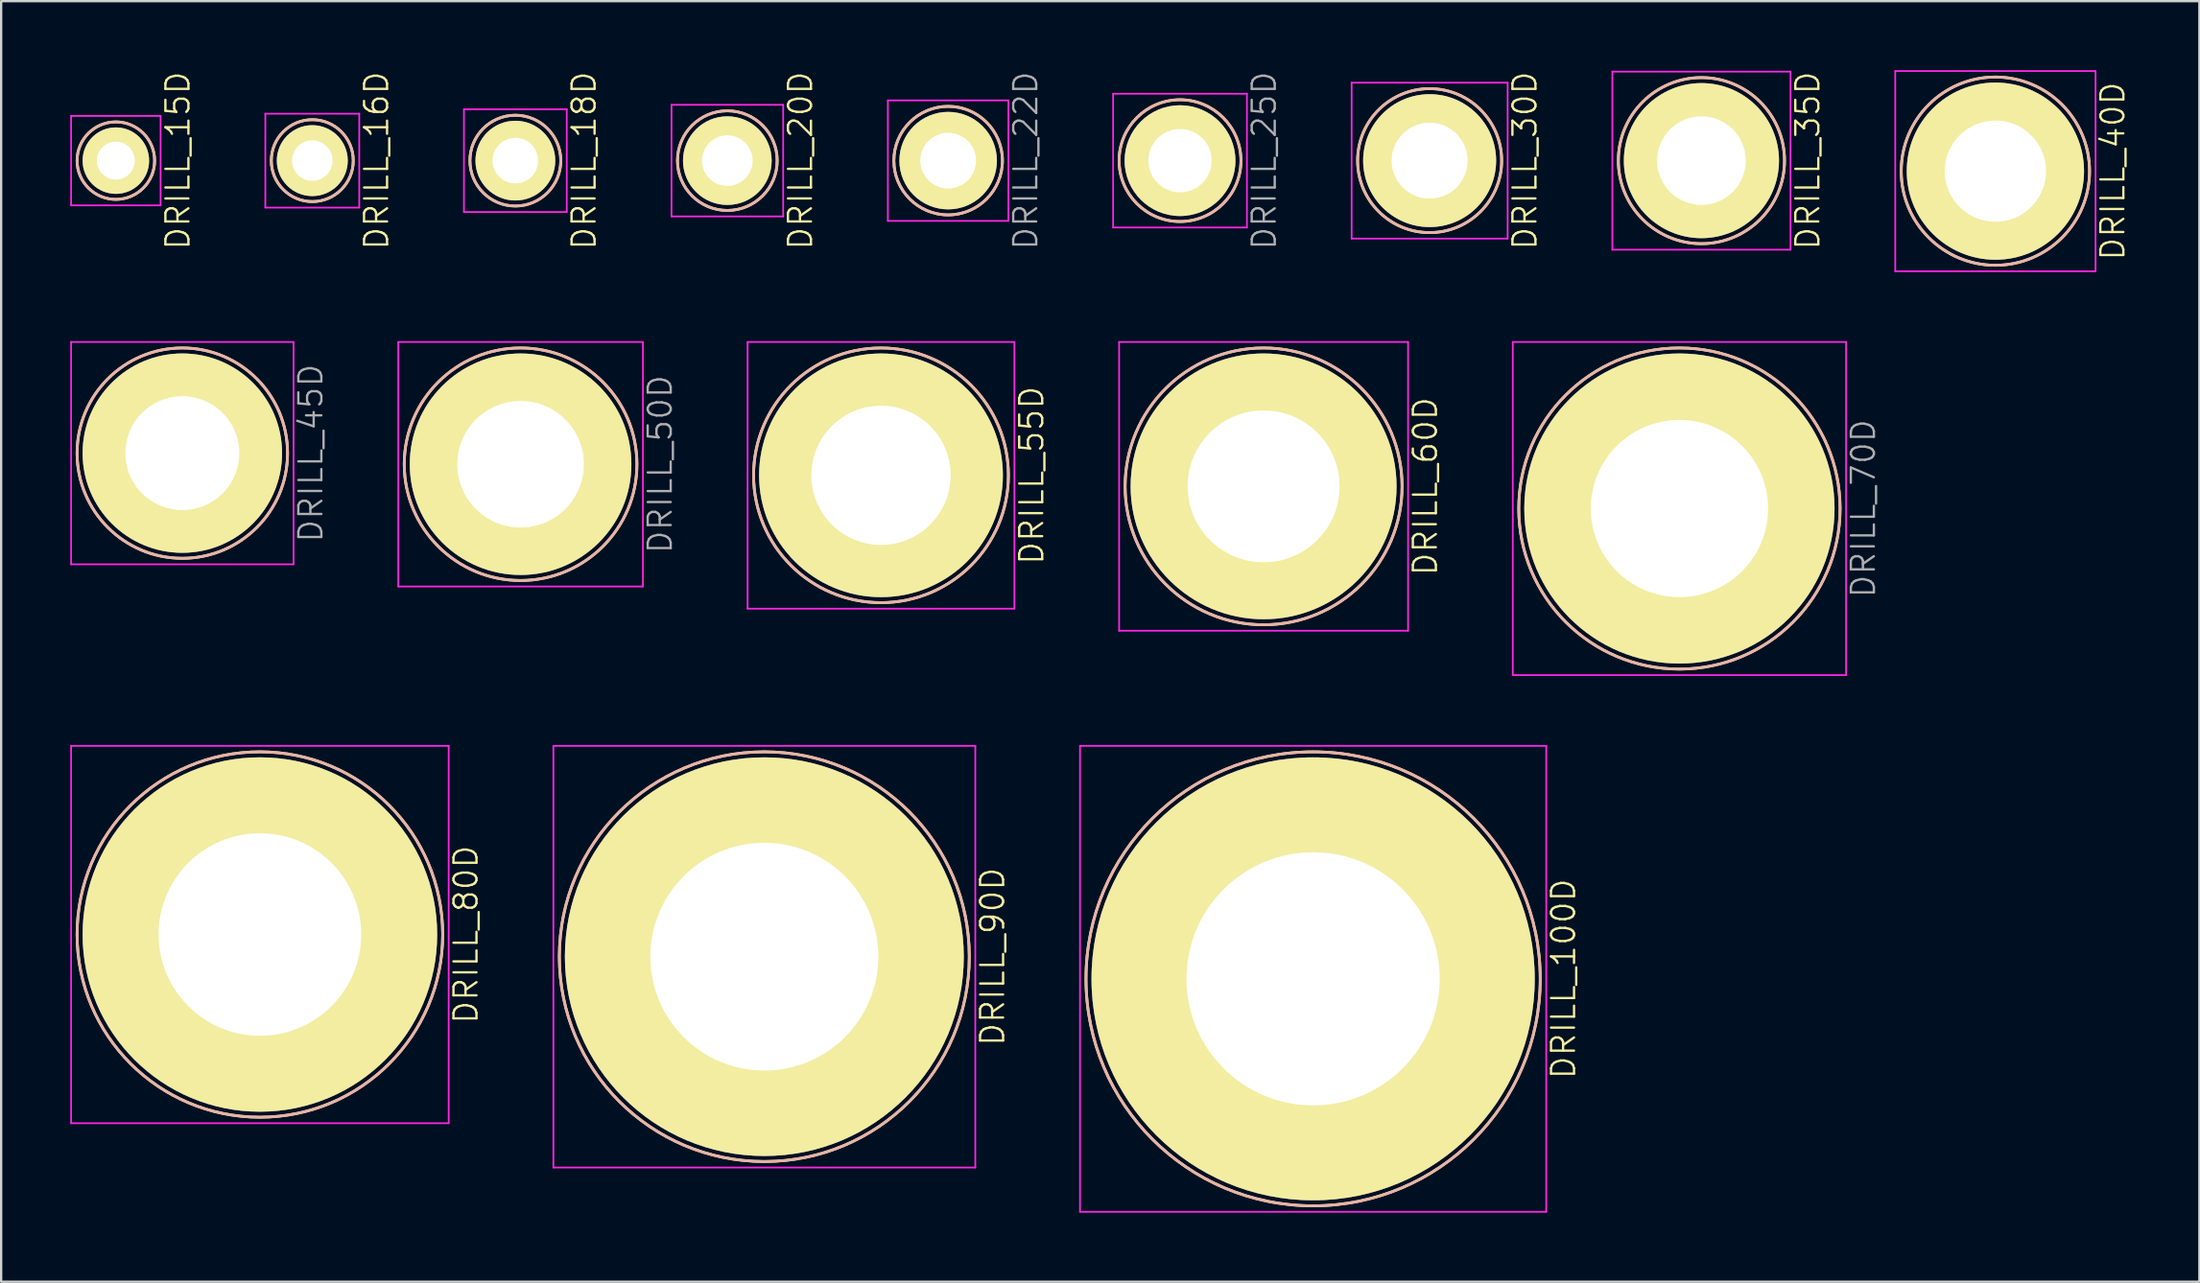
<source format=kicad_pcb>
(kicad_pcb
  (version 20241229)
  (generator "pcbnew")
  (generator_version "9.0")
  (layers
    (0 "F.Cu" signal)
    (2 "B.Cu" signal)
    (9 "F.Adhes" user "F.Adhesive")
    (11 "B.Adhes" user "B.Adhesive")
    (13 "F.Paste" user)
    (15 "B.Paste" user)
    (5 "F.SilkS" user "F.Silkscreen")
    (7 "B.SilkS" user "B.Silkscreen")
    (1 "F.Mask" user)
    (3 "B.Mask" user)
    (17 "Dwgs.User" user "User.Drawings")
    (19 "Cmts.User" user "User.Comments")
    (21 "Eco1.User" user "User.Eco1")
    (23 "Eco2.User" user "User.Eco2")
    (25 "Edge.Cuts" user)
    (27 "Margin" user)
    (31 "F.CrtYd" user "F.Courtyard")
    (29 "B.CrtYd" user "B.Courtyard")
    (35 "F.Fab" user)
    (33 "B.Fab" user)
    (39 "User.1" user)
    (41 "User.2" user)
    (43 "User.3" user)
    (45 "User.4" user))
  (footprint "DRILL_35D"
    (layer "F.Cu")
    (at 70.85 3.931)
    (property "Reference" "DRILL_35D" (at 4.619 0 90) (layer "F.SilkS") (effects (font (size 1 1) (thickness 0.1))))
    (attr through_hole)
    (fp_circle (center 0 0) (end 3.609 0) (stroke (width 0.12) (type solid)) (fill no) (layer "F.SilkS"))
    (fp_circle (center 0 0) (end 3.609 0) (stroke (width 0.12) (type solid)) (fill no) (layer "B.SilkS"))
    (fp_line (start -3.869 -3.869) (end -3.869 3.869) (stroke (width 0.075) (type solid)) (layer "F.CrtYd"))
    (fp_line (start -3.869 3.869) (end 3.869 3.869) (stroke (width 0.075) (type solid)) (layer "F.CrtYd"))
    (fp_line (start 3.869 -3.869) (end -3.869 -3.869) (stroke (width 0.075) (type solid)) (layer "F.CrtYd"))
    (fp_line (start 3.869 3.869) (end 3.869 -3.869) (stroke (width 0.075) (type solid)) (layer "F.CrtYd"))
    (pad "D" thru_hole oval (at 0 0) (size 6.738 6.738) (drill 3.85) (layers "*.Cu" "*.Mask" "F.SilkS")))
  (footprint "DRILL_25D"
    (layer "F.Cu")
    (at 48.203 3.931)
    (property "Reference" "DRILL_25D" (at 3.656 0 90) (layer "F.Fab") (effects (font (size 1 1) (thickness 0.1))))
    (attr through_hole)
    (fp_circle (center 0 0) (end 2.646 0) (stroke (width 0.12) (type solid)) (fill no) (layer "F.SilkS"))
    (fp_circle (center 0 0) (end 2.646 0) (stroke (width 0.12) (type solid)) (fill no) (layer "B.SilkS"))
    (fp_line (start -2.906 -2.906) (end -2.906 2.906) (stroke (width 0.075) (type solid)) (layer "F.CrtYd"))
    (fp_line (start -2.906 2.906) (end 2.906 2.906) (stroke (width 0.075) (type solid)) (layer "F.CrtYd"))
    (fp_line (start 2.906 -2.906) (end -2.906 -2.906) (stroke (width 0.075) (type solid)) (layer "F.CrtYd"))
    (fp_line (start 2.906 2.906) (end 2.906 -2.906) (stroke (width 0.075) (type solid)) (layer "F.CrtYd"))
    (pad "D" thru_hole oval (at 0 0) (size 4.813 4.813) (drill 2.75) (layers "*.Cu" "*.Mask" "F.SilkS")))
  (footprint "DRILL_100D"
    (layer "F.Cu")
    (at 53.984 39.489)
    (property "Reference" "DRILL_100D" (at 10.875 0 90) (layer "F.SilkS") (effects (font (size 1 1) (thickness 0.1))))
    (attr through_hole)
    (fp_circle (center 0 0) (end 9.865 0) (stroke (width 0.12) (type solid)) (fill no) (layer "F.SilkS"))
    (fp_circle (center 0 0) (end 9.865 0) (stroke (width 0.12) (type solid)) (fill no) (layer "B.SilkS"))
    (fp_line (start -10.125 -10.125) (end -10.125 10.125) (stroke (width 0.075) (type solid)) (layer "F.CrtYd"))
    (fp_line (start -10.125 10.125) (end 10.125 10.125) (stroke (width 0.075) (type solid)) (layer "F.CrtYd"))
    (fp_line (start 10.125 -10.125) (end -10.125 -10.125) (stroke (width 0.075) (type solid)) (layer "F.CrtYd"))
    (fp_line (start 10.125 10.125) (end 10.125 -10.125) (stroke (width 0.075) (type solid)) (layer "F.CrtYd"))
    (pad "D" thru_hole oval (at 0 0) (size 19.25 19.25) (drill 11) (layers "*.Cu" "*.Mask" "F.SilkS")))
  (footprint "DRILL_22D"
    (layer "F.Cu")
    (at 38.132 3.931)
    (property "Reference" "DRILL_22D" (at 3.368 0 90) (layer "F.Fab") (effects (font (size 1 1) (thickness 0.1))))
    (attr through_hole)
    (fp_circle (center 0 0) (end 2.358 0) (stroke (width 0.12) (type solid)) (fill no) (layer "F.SilkS"))
    (fp_circle (center 0 0) (end 2.358 0) (stroke (width 0.12) (type solid)) (fill no) (layer "B.SilkS"))
    (fp_line (start -2.618 -2.618) (end -2.618 2.618) (stroke (width 0.075) (type solid)) (layer "F.CrtYd"))
    (fp_line (start -2.618 2.618) (end 2.618 2.618) (stroke (width 0.075) (type solid)) (layer "F.CrtYd"))
    (fp_line (start 2.618 -2.618) (end -2.618 -2.618) (stroke (width 0.075) (type solid)) (layer "F.CrtYd"))
    (fp_line (start 2.618 2.618) (end 2.618 -2.618) (stroke (width 0.075) (type solid)) (layer "F.CrtYd"))
    (pad "D" thru_hole oval (at 0 0) (size 4.235 4.235) (drill 2.42) (layers "*.Cu" "*.Mask" "F.SilkS")))
  (footprint "DRILL_90D"
    (layer "F.Cu")
    (at 30.148 38.526)
    (property "Reference" "DRILL_90D" (at 9.913 0 90) (layer "F.SilkS") (effects (font (size 1 1) (thickness 0.1))))
    (attr through_hole)
    (fp_circle (center 0 0) (end 8.903 0) (stroke (width 0.12) (type solid)) (fill no) (layer "F.SilkS"))
    (fp_circle (center 0 0) (end 8.903 0) (stroke (width 0.12) (type solid)) (fill no) (layer "B.SilkS"))
    (fp_line (start -9.163 -9.163) (end -9.163 9.163) (stroke (width 0.075) (type solid)) (layer "F.CrtYd"))
    (fp_line (start -9.163 9.163) (end 9.163 9.163) (stroke (width 0.075) (type solid)) (layer "F.CrtYd"))
    (fp_line (start 9.163 -9.163) (end -9.163 -9.163) (stroke (width 0.075) (type solid)) (layer "F.CrtYd"))
    (fp_line (start 9.163 9.163) (end 9.163 -9.163) (stroke (width 0.075) (type solid)) (layer "F.CrtYd"))
    (pad "D" thru_hole oval (at 0 0) (size 17.325 17.325) (drill 9.9) (layers "*.Cu" "*.Mask" "F.SilkS")))
  (footprint "DRILL_55D"
    (layer "F.Cu")
    (at 35.215 17.607)
    (property "Reference" "DRILL_55D" (at 6.544 0 90) (layer "F.SilkS") (effects (font (size 1 1) (thickness 0.1))))
    (attr through_hole)
    (fp_circle (center 0 0) (end 5.534 0) (stroke (width 0.12) (type solid)) (fill no) (layer "F.SilkS"))
    (fp_circle (center 0 0) (end 5.534 0) (stroke (width 0.12) (type solid)) (fill no) (layer "B.SilkS"))
    (fp_line (start -5.794 -5.794) (end -5.794 5.794) (stroke (width 0.075) (type solid)) (layer "F.CrtYd"))
    (fp_line (start -5.794 5.794) (end 5.794 5.794) (stroke (width 0.075) (type solid)) (layer "F.CrtYd"))
    (fp_line (start 5.794 -5.794) (end -5.794 -5.794) (stroke (width 0.075) (type solid)) (layer "F.CrtYd"))
    (fp_line (start 5.794 5.794) (end 5.794 -5.794) (stroke (width 0.075) (type solid)) (layer "F.CrtYd"))
    (pad "D" thru_hole oval (at 0 0) (size 10.588 10.588) (drill 6.05) (layers "*.Cu" "*.Mask" "F.SilkS")))
  (footprint "DRILL_16D"
    (layer "F.Cu")
    (at 10.514 3.931)
    (property "Reference" "DRILL_16D" (at 2.79 0 90) (layer "F.SilkS") (effects (font (size 1 1) (thickness 0.1))))
    (attr through_hole)
    (fp_circle (center 0 0) (end 1.78 0) (stroke (width 0.12) (type solid)) (fill no) (layer "F.SilkS"))
    (fp_circle (center 0 0) (end 1.78 0) (stroke (width 0.12) (type solid)) (fill no) (layer "B.SilkS"))
    (fp_line (start -2.04 -2.04) (end -2.04 2.04) (stroke (width 0.075) (type solid)) (layer "F.CrtYd"))
    (fp_line (start -2.04 2.04) (end 2.04 2.04) (stroke (width 0.075) (type solid)) (layer "F.CrtYd"))
    (fp_line (start 2.04 -2.04) (end -2.04 -2.04) (stroke (width 0.075) (type solid)) (layer "F.CrtYd"))
    (fp_line (start 2.04 2.04) (end 2.04 -2.04) (stroke (width 0.075) (type solid)) (layer "F.CrtYd"))
    (pad "D" thru_hole oval (at 0 0) (size 3.08 3.08) (drill 1.76) (layers "*.Cu" "*.Mask" "F.SilkS")))
  (footprint "DRILL_60D"
    (layer "F.Cu")
    (at 51.833 18.087)
    (property "Reference" "DRILL_60D" (at 7.025 0 90) (layer "F.SilkS") (effects (font (size 1 1) (thickness 0.1))))
    (attr through_hole)
    (fp_circle (center 0 0) (end 6.015 0) (stroke (width 0.12) (type solid)) (fill no) (layer "F.SilkS"))
    (fp_circle (center 0 0) (end 6.015 0) (stroke (width 0.12) (type solid)) (fill no) (layer "B.SilkS"))
    (fp_line (start -6.275 -6.275) (end -6.275 6.275) (stroke (width 0.075) (type solid)) (layer "F.CrtYd"))
    (fp_line (start -6.275 6.275) (end 6.275 6.275) (stroke (width 0.075) (type solid)) (layer "F.CrtYd"))
    (fp_line (start 6.275 -6.275) (end -6.275 -6.275) (stroke (width 0.075) (type solid)) (layer "F.CrtYd"))
    (fp_line (start 6.275 6.275) (end 6.275 -6.275) (stroke (width 0.075) (type solid)) (layer "F.CrtYd"))
    (pad "D" thru_hole oval (at 0 0) (size 11.55 11.55) (drill 6.6) (layers "*.Cu" "*.Mask" "F.SilkS")))
  (footprint "DRILL_50D"
    (layer "F.Cu")
    (at 19.561 17.125)
    (property "Reference" "DRILL_50D" (at 6.063 0 90) (layer "F.Fab") (effects (font (size 1 1) (thickness 0.1))))
    (attr through_hole)
    (fp_circle (center 0 0) (end 5.053 0) (stroke (width 0.12) (type solid)) (fill no) (layer "F.SilkS"))
    (fp_circle (center 0 0) (end 5.053 0) (stroke (width 0.12) (type solid)) (fill no) (layer "B.SilkS"))
    (fp_line (start -5.313 -5.313) (end -5.313 5.313) (stroke (width 0.075) (type solid)) (layer "F.CrtYd"))
    (fp_line (start -5.313 5.313) (end 5.313 5.313) (stroke (width 0.075) (type solid)) (layer "F.CrtYd"))
    (fp_line (start 5.313 -5.313) (end -5.313 -5.313) (stroke (width 0.075) (type solid)) (layer "F.CrtYd"))
    (fp_line (start 5.313 5.313) (end 5.313 -5.313) (stroke (width 0.075) (type solid)) (layer "F.CrtYd"))
    (pad "D" thru_hole oval (at 0 0) (size 9.625 9.625) (drill 5.5) (layers "*.Cu" "*.Mask" "F.SilkS")))
  (footprint "DRILL_45D"
    (layer "F.Cu")
    (at 4.869 16.643)
    (property "Reference" "DRILL_45D" (at 5.581 0 90) (layer "F.Fab") (effects (font (size 1 1) (thickness 0.1))))
    (attr through_hole)
    (fp_circle (center 0 0) (end 4.571 0) (stroke (width 0.12) (type solid)) (fill no) (layer "F.SilkS"))
    (fp_circle (center 0 0) (end 4.571 0) (stroke (width 0.12) (type solid)) (fill no) (layer "B.SilkS"))
    (fp_line (start -4.831 -4.831) (end -4.831 4.831) (stroke (width 0.075) (type solid)) (layer "F.CrtYd"))
    (fp_line (start -4.831 4.831) (end 4.831 4.831) (stroke (width 0.075) (type solid)) (layer "F.CrtYd"))
    (fp_line (start 4.831 -4.831) (end -4.831 -4.831) (stroke (width 0.075) (type solid)) (layer "F.CrtYd"))
    (fp_line (start 4.831 4.831) (end 4.831 -4.831) (stroke (width 0.075) (type solid)) (layer "F.CrtYd"))
    (pad "D" thru_hole oval (at 0 0) (size 8.663 8.663) (drill 4.95) (layers "*.Cu" "*.Mask" "F.SilkS")))
  (footprint "DRILL_30D"
    (layer "F.Cu")
    (at 59.045 3.931)
    (property "Reference" "DRILL_30D" (at 4.138 0 90) (layer "F.SilkS") (effects (font (size 1 1) (thickness 0.1))))
    (attr through_hole)
    (fp_circle (center 0 0) (end 3.128 0) (stroke (width 0.12) (type solid)) (fill no) (layer "F.SilkS"))
    (fp_circle (center 0 0) (end 3.128 0) (stroke (width 0.12) (type solid)) (fill no) (layer "B.SilkS"))
    (fp_line (start -3.388 -3.388) (end -3.388 3.388) (stroke (width 0.075) (type solid)) (layer "F.CrtYd"))
    (fp_line (start -3.388 3.388) (end 3.388 3.388) (stroke (width 0.075) (type solid)) (layer "F.CrtYd"))
    (fp_line (start 3.388 -3.388) (end -3.388 -3.388) (stroke (width 0.075) (type solid)) (layer "F.CrtYd"))
    (fp_line (start 3.388 3.388) (end 3.388 -3.388) (stroke (width 0.075) (type solid)) (layer "F.CrtYd"))
    (pad "D" thru_hole oval (at 0 0) (size 5.775 5.775) (drill 3.3) (layers "*.Cu" "*.Mask" "F.SilkS")))
  (footprint "DRILL_70D"
    (layer "F.Cu")
    (at 69.894 19.05)
    (property "Reference" "DRILL_70D" (at 7.988 0 90) (layer "F.Fab") (effects (font (size 1 1) (thickness 0.1))))
    (attr through_hole)
    (fp_circle (center 0 0) (end 6.978 0) (stroke (width 0.12) (type solid)) (fill no) (layer "F.SilkS"))
    (fp_circle (center 0 0) (end 6.978 0) (stroke (width 0.12) (type solid)) (fill no) (layer "B.SilkS"))
    (fp_line (start -7.238 -7.238) (end -7.238 7.238) (stroke (width 0.075) (type solid)) (layer "F.CrtYd"))
    (fp_line (start -7.238 7.238) (end 7.238 7.238) (stroke (width 0.075) (type solid)) (layer "F.CrtYd"))
    (fp_line (start 7.238 -7.238) (end -7.238 -7.238) (stroke (width 0.075) (type solid)) (layer "F.CrtYd"))
    (fp_line (start 7.238 7.238) (end 7.238 -7.238) (stroke (width 0.075) (type solid)) (layer "F.CrtYd"))
    (pad "D" thru_hole oval (at 0 0) (size 13.475 13.475) (drill 7.7) (layers "*.Cu" "*.Mask" "F.SilkS")))
  (footprint "DRILL_40D"
    (layer "F.Cu")
    (at 83.618 4.388)
    (property "Reference" "DRILL_40D" (at 5.1 0 90) (layer "F.SilkS") (effects (font (size 1 1) (thickness 0.1))))
    (attr through_hole)
    (fp_circle (center 0 0) (end 4.09 0) (stroke (width 0.12) (type solid)) (fill no) (layer "F.SilkS"))
    (fp_circle (center 0 0) (end 4.09 0) (stroke (width 0.12) (type solid)) (fill no) (layer "B.SilkS"))
    (fp_line (start -4.35 -4.35) (end -4.35 4.35) (stroke (width 0.075) (type solid)) (layer "F.CrtYd"))
    (fp_line (start -4.35 4.35) (end 4.35 4.35) (stroke (width 0.075) (type solid)) (layer "F.CrtYd"))
    (fp_line (start 4.35 -4.35) (end -4.35 -4.35) (stroke (width 0.075) (type solid)) (layer "F.CrtYd"))
    (fp_line (start 4.35 4.35) (end 4.35 -4.35) (stroke (width 0.075) (type solid)) (layer "F.CrtYd"))
    (pad "D" thru_hole oval (at 0 0) (size 7.7 7.7) (drill 4.4) (layers "*.Cu" "*.Mask" "F.SilkS")))
  (footprint "DRILL_80D"
    (layer "F.Cu")
    (at 8.238 37.563)
    (property "Reference" "DRILL_80D" (at 8.95 0 90) (layer "F.SilkS") (effects (font (size 1 1) (thickness 0.1))))
    (attr through_hole)
    (fp_circle (center 0 0) (end 7.94 0) (stroke (width 0.12) (type solid)) (fill no) (layer "F.SilkS"))
    (fp_circle (center 0 0) (end 7.94 0) (stroke (width 0.12) (type solid)) (fill no) (layer "B.SilkS"))
    (fp_line (start -8.2 -8.2) (end -8.2 8.2) (stroke (width 0.075) (type solid)) (layer "F.CrtYd"))
    (fp_line (start -8.2 8.2) (end 8.2 8.2) (stroke (width 0.075) (type solid)) (layer "F.CrtYd"))
    (fp_line (start 8.2 -8.2) (end -8.2 -8.2) (stroke (width 0.075) (type solid)) (layer "F.CrtYd"))
    (fp_line (start 8.2 8.2) (end 8.2 -8.2) (stroke (width 0.075) (type solid)) (layer "F.CrtYd"))
    (pad "D" thru_hole oval (at 0 0) (size 15.4 15.4) (drill 8.8) (layers "*.Cu" "*.Mask" "F.SilkS")))
  (footprint "DRILL_18D"
    (layer "F.Cu")
    (at 19.334 3.931)
    (property "Reference" "DRILL_18D" (at 2.983 0 90) (layer "F.SilkS") (effects (font (size 1 1) (thickness 0.1))))
    (attr through_hole)
    (fp_circle (center 0 0) (end 1.973 0) (stroke (width 0.12) (type solid)) (fill no) (layer "F.SilkS"))
    (fp_circle (center 0 0) (end 1.973 0) (stroke (width 0.12) (type solid)) (fill no) (layer "B.SilkS"))
    (fp_line (start -2.233 -2.233) (end -2.233 2.233) (stroke (width 0.075) (type solid)) (layer "F.CrtYd"))
    (fp_line (start -2.233 2.233) (end 2.233 2.233) (stroke (width 0.075) (type solid)) (layer "F.CrtYd"))
    (fp_line (start 2.233 -2.233) (end -2.233 -2.233) (stroke (width 0.075) (type solid)) (layer "F.CrtYd"))
    (fp_line (start 2.233 2.233) (end 2.233 -2.233) (stroke (width 0.075) (type solid)) (layer "F.CrtYd"))
    (pad "D" thru_hole oval (at 0 0) (size 3.465 3.465) (drill 1.98) (layers "*.Cu" "*.Mask" "F.SilkS")))
  (footprint "DRILL_20D"
    (layer "F.Cu")
    (at 28.541 3.931)
    (property "Reference" "DRILL_20D" (at 3.175 0 90) (layer "F.SilkS") (effects (font (size 1 1) (thickness 0.1))))
    (attr through_hole)
    (fp_circle (center 0 0) (end 2.165 0) (stroke (width 0.12) (type solid)) (fill no) (layer "F.SilkS"))
    (fp_circle (center 0 0) (end 2.165 0) (stroke (width 0.12) (type solid)) (fill no) (layer "B.SilkS"))
    (fp_line (start -2.425 -2.425) (end -2.425 2.425) (stroke (width 0.075) (type solid)) (layer "F.CrtYd"))
    (fp_line (start -2.425 2.425) (end 2.425 2.425) (stroke (width 0.075) (type solid)) (layer "F.CrtYd"))
    (fp_line (start 2.425 -2.425) (end -2.425 -2.425) (stroke (width 0.075) (type solid)) (layer "F.CrtYd"))
    (fp_line (start 2.425 2.425) (end 2.425 -2.425) (stroke (width 0.075) (type solid)) (layer "F.CrtYd"))
    (pad "D" thru_hole oval (at 0 0) (size 3.85 3.85) (drill 2.2) (layers "*.Cu" "*.Mask" "F.SilkS")))
  (footprint "DRILL_15D"
    (layer "F.Cu")
    (at 1.982 3.931)
    (property "Reference" "DRILL_15D" (at 2.694 0 90) (layer "F.SilkS") (effects (font (size 1 1) (thickness 0.1))))
    (attr through_hole)
    (fp_circle (center 0 0) (end 1.684 0) (stroke (width 0.12) (type solid)) (fill no) (layer "F.SilkS"))
    (fp_circle (center 0 0) (end 1.684 0) (stroke (width 0.12) (type solid)) (fill no) (layer "B.SilkS"))
    (fp_line (start -1.944 -1.944) (end -1.944 1.944) (stroke (width 0.075) (type solid)) (layer "F.CrtYd"))
    (fp_line (start -1.944 1.944) (end 1.944 1.944) (stroke (width 0.075) (type solid)) (layer "F.CrtYd"))
    (fp_line (start 1.944 -1.944) (end -1.944 -1.944) (stroke (width 0.075) (type solid)) (layer "F.CrtYd"))
    (fp_line (start 1.944 1.944) (end 1.944 -1.944) (stroke (width 0.075) (type solid)) (layer "F.CrtYd"))
    (pad "D" thru_hole oval (at 0 0) (size 2.888 2.888) (drill 1.65) (layers "*.Cu" "*.Mask" "F.SilkS")))
  (gr_rect
    (start -3 -3)
    (end 92.478 52.651)
    (stroke (width 0.1) (type default))
    (fill no)
    (layer "Edge.Cuts")))
</source>
